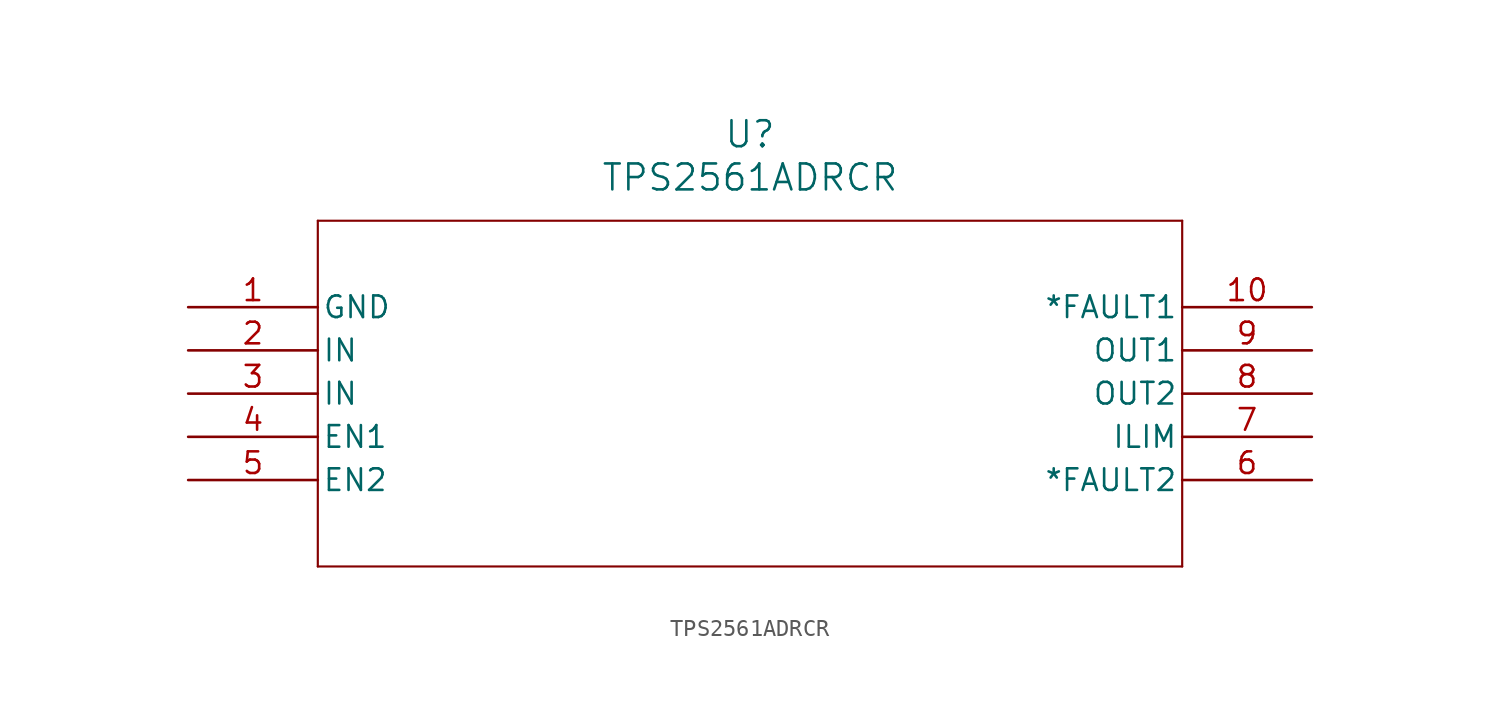
<source format=kicad_sym>
(kicad_symbol_lib
  (version 20211014)
  (generator kicad_symbol_editor)
  (symbol "TPS2561ADRCR"
    (pin_names
      (offset 0.254))
    (property "Reference" "U"
      (at 33.02 10.16 0)
      (effects (font (size 1.524 1.524))))
    (property "Value" "TPS2561ADRCR"
      (at 33.02 7.62 0)
      (effects (font (size 1.524 1.524))))
    (symbol "TPS2561ADRCR_0_1"
      (polyline (pts (xy 7.62 5.08) (xy 7.62 -15.24)) (stroke (width .127) (type default) (color 0 0 0 0)) (fill (type none)))
      (polyline (pts (xy 7.62 -15.24) (xy 58.42 -15.24)) (stroke (width .127) (type default) (color 0 0 0 0)) (fill (type none)))
      (polyline (pts (xy 58.42 -15.24) (xy 58.42 5.08)) (stroke (width .127) (type default) (color 0 0 0 0)) (fill (type none)))
      (polyline (pts (xy 58.42 5.08) (xy 7.62 5.08)) (stroke (width .127) (type default) (color 0 0 0 0)) (fill (type none)))
      (pin power_in line (at 0 0 0) (length 7.62) (name "GND" (effects (font (size 1.27 1.27)))) (number "1" (effects (font (size 1.27 1.27)))))
      (pin input line (at 0 -2.54 0) (length 7.62) (name "IN" (effects (font (size 1.27 1.27)))) (number "2" (effects (font (size 1.27 1.27)))))
      (pin input line (at 0 -5.08 0) (length 7.62) (name "IN" (effects (font (size 1.27 1.27)))) (number "3" (effects (font (size 1.27 1.27)))))
      (pin input line (at 0 -7.62 0) (length 7.62) (name "EN1" (effects (font (size 1.27 1.27)))) (number "4" (effects (font (size 1.27 1.27)))))
      (pin input line (at 0 -10.16 0) (length 7.62) (name "EN2" (effects (font (size 1.27 1.27)))) (number "5" (effects (font (size 1.27 1.27)))))
      (pin output line (at 66.04 -10.16 180) (length 7.62) (name "*FAULT2" (effects (font (size 1.27 1.27)))) (number "6" (effects (font (size 1.27 1.27)))))
      (pin output line (at 66.04 -7.62 180) (length 7.62) (name "ILIM" (effects (font (size 1.27 1.27)))) (number "7" (effects (font (size 1.27 1.27)))))
      (pin output line (at 66.04 -5.08 180) (length 7.62) (name "OUT2" (effects (font (size 1.27 1.27)))) (number "8" (effects (font (size 1.27 1.27)))))
      (pin output line (at 66.04 -2.54 180) (length 7.62) (name "OUT1" (effects (font (size 1.27 1.27)))) (number "9" (effects (font (size 1.27 1.27)))))
      (pin output line (at 66.04 0 180) (length 7.62) (name "*FAULT1" (effects (font (size 1.27 1.27)))) (number "10" (effects (font (size 1.27 1.27))))))))
</source>
